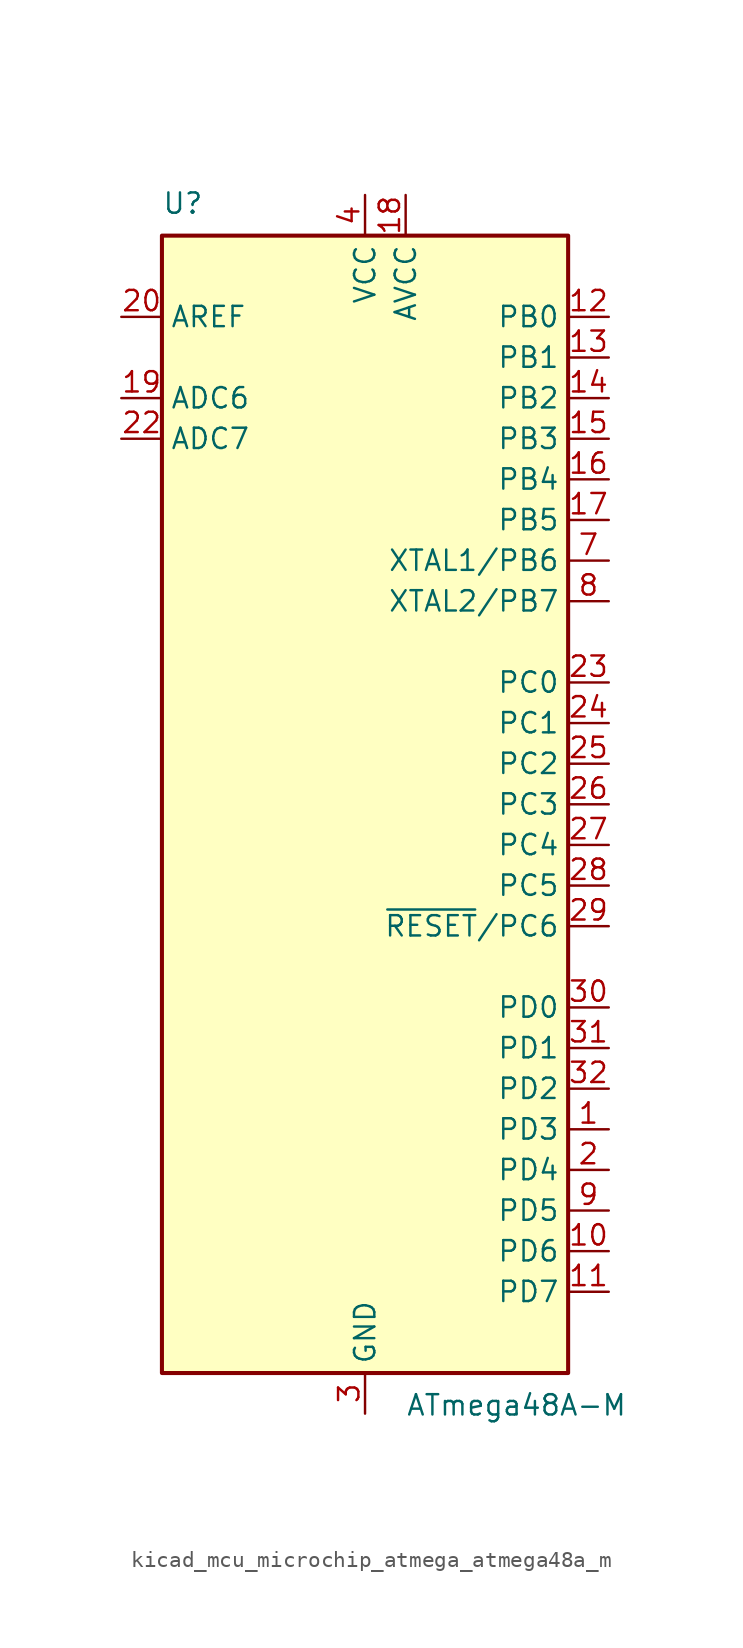
<source format=kicad_sym>
(kicad_symbol_lib
  (version 20220914)
  (generator kicad_symbol_editor)
  (symbol "kicad_mcu_microchip_atmega_atmega48a_m"
    (property "Reference" "U"
      (at -12.7 36.83 0)
      (effects (font (size 1.27 1.27)) (justify left bottom)))
    (property "Value" "ATmega48A-M"
      (at 2.54 -36.83 0)
      (effects (font (size 1.27 1.27)) (justify left top)))
    (symbol "kicad_mcu_microchip_atmega_atmega48a_m_0_1"
      (rectangle (start -12.7 -35.56) (end 12.7 35.56) (stroke (width 0.254) (type default)) (fill (type background))))
    (symbol "kicad_mcu_microchip_atmega_atmega48a_m_1_1"
      (pin bidirectional line (at 15.24 -20.32 180) (length 2.54) (name "PD3" (effects (font (size 1.27 1.27)))) (number "1" (effects (font (size 1.27 1.27)))))
      (pin bidirectional line (at 15.24 -27.94 180) (length 2.54) (name "PD6" (effects (font (size 1.27 1.27)))) (number "10" (effects (font (size 1.27 1.27)))))
      (pin bidirectional line (at 15.24 -30.48 180) (length 2.54) (name "PD7" (effects (font (size 1.27 1.27)))) (number "11" (effects (font (size 1.27 1.27)))))
      (pin bidirectional line (at 15.24 30.48 180) (length 2.54) (name "PB0" (effects (font (size 1.27 1.27)))) (number "12" (effects (font (size 1.27 1.27)))))
      (pin bidirectional line (at 15.24 27.94 180) (length 2.54) (name "PB1" (effects (font (size 1.27 1.27)))) (number "13" (effects (font (size 1.27 1.27)))))
      (pin bidirectional line (at 15.24 25.4 180) (length 2.54) (name "PB2" (effects (font (size 1.27 1.27)))) (number "14" (effects (font (size 1.27 1.27)))))
      (pin bidirectional line (at 15.24 22.86 180) (length 2.54) (name "PB3" (effects (font (size 1.27 1.27)))) (number "15" (effects (font (size 1.27 1.27)))))
      (pin bidirectional line (at 15.24 20.32 180) (length 2.54) (name "PB4" (effects (font (size 1.27 1.27)))) (number "16" (effects (font (size 1.27 1.27)))))
      (pin bidirectional line (at 15.24 17.78 180) (length 2.54) (name "PB5" (effects (font (size 1.27 1.27)))) (number "17" (effects (font (size 1.27 1.27)))))
      (pin power_in line (at 2.54 38.1 270) (length 2.54) (name "AVCC" (effects (font (size 1.27 1.27)))) (number "18" (effects (font (size 1.27 1.27)))))
      (pin input line (at -15.24 25.4 0) (length 2.54) (name "ADC6" (effects (font (size 1.27 1.27)))) (number "19" (effects (font (size 1.27 1.27)))))
      (pin bidirectional line (at 15.24 -22.86 180) (length 2.54) (name "PD4" (effects (font (size 1.27 1.27)))) (number "2" (effects (font (size 1.27 1.27)))))
      (pin passive line (at -15.24 30.48 0) (length 2.54) (name "AREF" (effects (font (size 1.27 1.27)))) (number "20" (effects (font (size 1.27 1.27)))))
      (pin passive line (at 0 -38.1 90) (length 2.54) hide (name "GND" (effects (font (size 1.27 1.27)))) (number "21" (effects (font (size 1.27 1.27)))))
      (pin input line (at -15.24 22.86 0) (length 2.54) (name "ADC7" (effects (font (size 1.27 1.27)))) (number "22" (effects (font (size 1.27 1.27)))))
      (pin bidirectional line (at 15.24 7.62 180) (length 2.54) (name "PC0" (effects (font (size 1.27 1.27)))) (number "23" (effects (font (size 1.27 1.27)))))
      (pin bidirectional line (at 15.24 5.08 180) (length 2.54) (name "PC1" (effects (font (size 1.27 1.27)))) (number "24" (effects (font (size 1.27 1.27)))))
      (pin bidirectional line (at 15.24 2.54 180) (length 2.54) (name "PC2" (effects (font (size 1.27 1.27)))) (number "25" (effects (font (size 1.27 1.27)))))
      (pin bidirectional line (at 15.24 0 180) (length 2.54) (name "PC3" (effects (font (size 1.27 1.27)))) (number "26" (effects (font (size 1.27 1.27)))))
      (pin bidirectional line (at 15.24 -2.54 180) (length 2.54) (name "PC4" (effects (font (size 1.27 1.27)))) (number "27" (effects (font (size 1.27 1.27)))))
      (pin bidirectional line (at 15.24 -5.08 180) (length 2.54) (name "PC5" (effects (font (size 1.27 1.27)))) (number "28" (effects (font (size 1.27 1.27)))))
      (pin bidirectional line (at 15.24 -7.62 180) (length 2.54) (name "~{RESET}/PC6" (effects (font (size 1.27 1.27)))) (number "29" (effects (font (size 1.27 1.27)))))
      (pin power_in line (at 0 -38.1 90) (length 2.54) (name "GND" (effects (font (size 1.27 1.27)))) (number "3" (effects (font (size 1.27 1.27)))))
      (pin bidirectional line (at 15.24 -12.7 180) (length 2.54) (name "PD0" (effects (font (size 1.27 1.27)))) (number "30" (effects (font (size 1.27 1.27)))))
      (pin bidirectional line (at 15.24 -15.24 180) (length 2.54) (name "PD1" (effects (font (size 1.27 1.27)))) (number "31" (effects (font (size 1.27 1.27)))))
      (pin bidirectional line (at 15.24 -17.78 180) (length 2.54) (name "PD2" (effects (font (size 1.27 1.27)))) (number "32" (effects (font (size 1.27 1.27)))))
      (pin passive line (at 0 -38.1 90) (length 2.54) hide (name "GND" (effects (font (size 1.27 1.27)))) (number "33" (effects (font (size 1.27 1.27)))))
      (pin power_in line (at 0 38.1 270) (length 2.54) (name "VCC" (effects (font (size 1.27 1.27)))) (number "4" (effects (font (size 1.27 1.27)))))
      (pin passive line (at 0 -38.1 90) (length 2.54) hide (name "GND" (effects (font (size 1.27 1.27)))) (number "5" (effects (font (size 1.27 1.27)))))
      (pin passive line (at 0 38.1 270) (length 2.54) hide (name "VCC" (effects (font (size 1.27 1.27)))) (number "6" (effects (font (size 1.27 1.27)))))
      (pin bidirectional line (at 15.24 15.24 180) (length 2.54) (name "XTAL1/PB6" (effects (font (size 1.27 1.27)))) (number "7" (effects (font (size 1.27 1.27)))))
      (pin bidirectional line (at 15.24 12.7 180) (length 2.54) (name "XTAL2/PB7" (effects (font (size 1.27 1.27)))) (number "8" (effects (font (size 1.27 1.27)))))
      (pin bidirectional line (at 15.24 -25.4 180) (length 2.54) (name "PD5" (effects (font (size 1.27 1.27)))) (number "9" (effects (font (size 1.27 1.27))))))))
</source>
